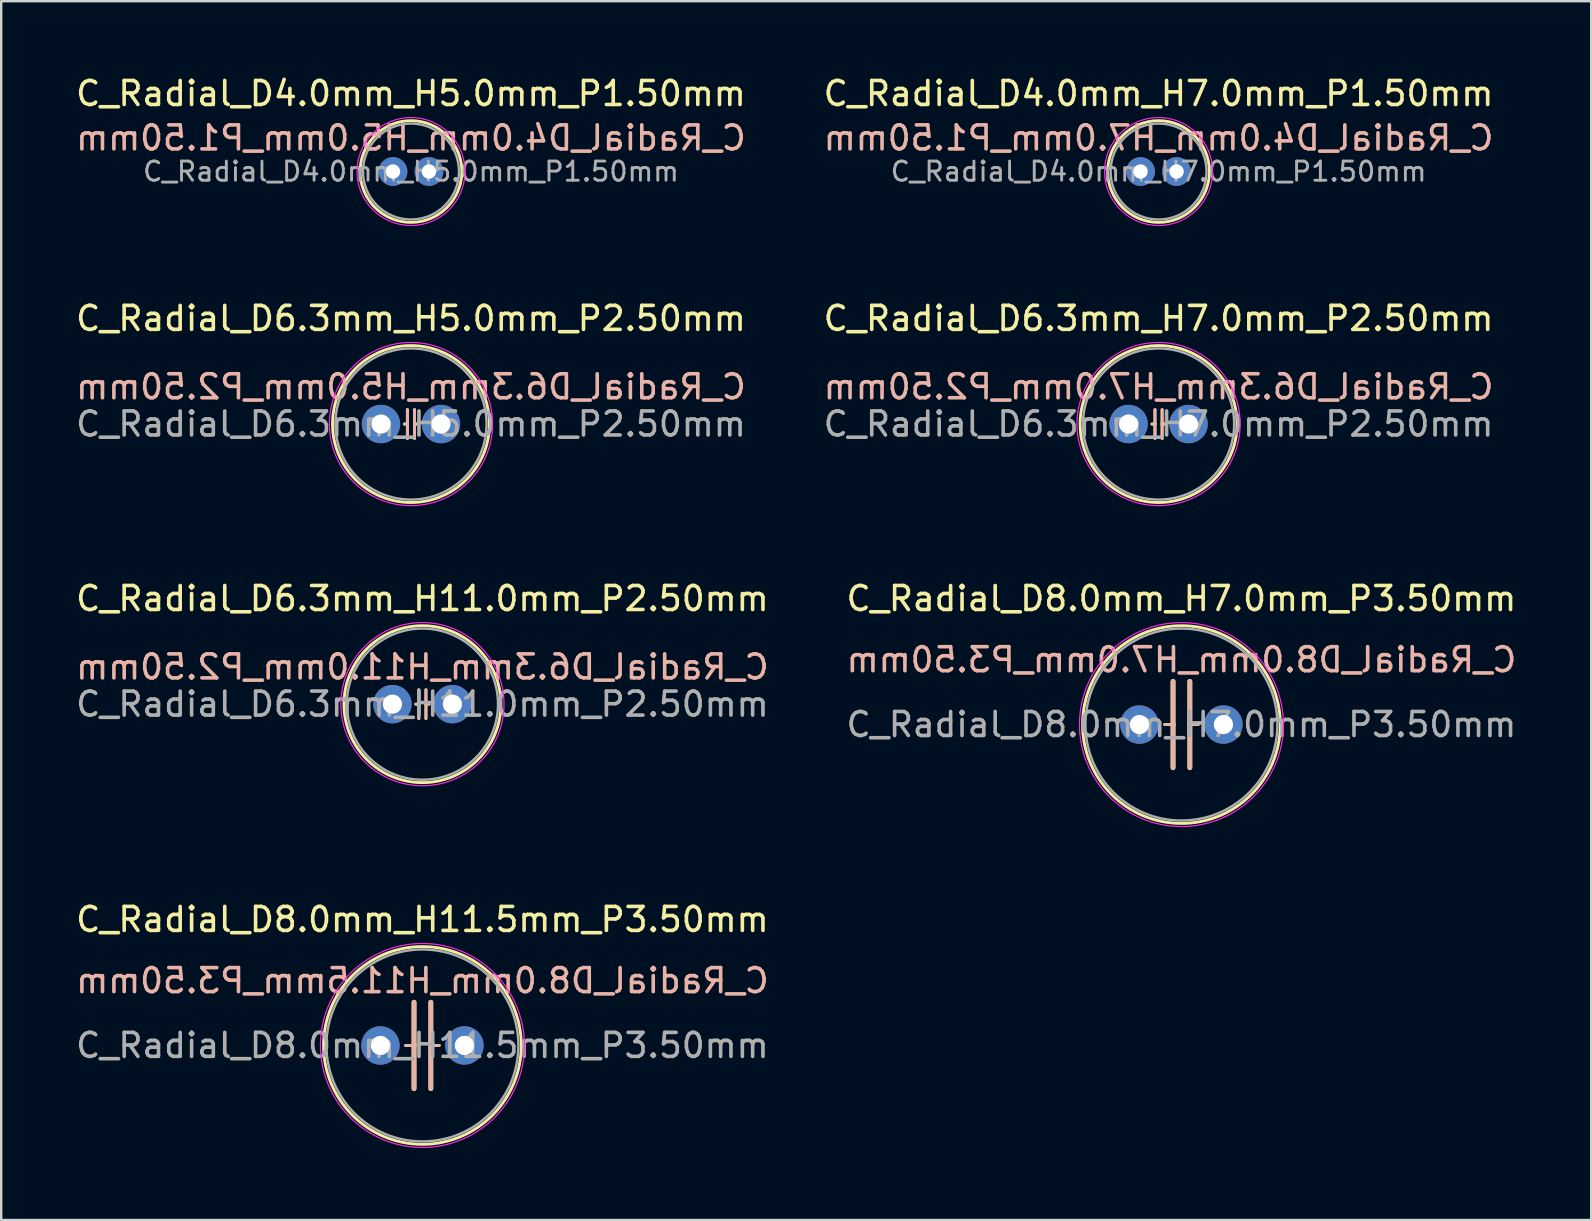
<source format=kicad_pcb>
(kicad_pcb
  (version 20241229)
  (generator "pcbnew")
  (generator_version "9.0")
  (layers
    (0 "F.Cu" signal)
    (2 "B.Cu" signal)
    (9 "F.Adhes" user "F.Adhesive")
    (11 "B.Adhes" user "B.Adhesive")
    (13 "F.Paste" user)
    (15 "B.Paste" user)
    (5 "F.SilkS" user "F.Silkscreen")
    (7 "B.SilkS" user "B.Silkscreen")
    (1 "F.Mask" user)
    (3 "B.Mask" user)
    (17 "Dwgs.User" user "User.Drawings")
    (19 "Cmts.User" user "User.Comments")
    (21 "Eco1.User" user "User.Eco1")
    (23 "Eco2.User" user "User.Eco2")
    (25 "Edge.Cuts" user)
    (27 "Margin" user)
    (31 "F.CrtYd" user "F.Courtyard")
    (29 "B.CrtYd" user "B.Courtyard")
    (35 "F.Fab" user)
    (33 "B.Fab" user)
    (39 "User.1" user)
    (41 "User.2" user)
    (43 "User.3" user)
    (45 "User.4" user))
  (footprint "C_Radial_D6.3mm_H5.0mm_P2.50mm"
    (layer "F.Cu")
    (at 12.827 14.621)
    (property "Reference" "C_Radial_D6.3mm_H5.0mm_P2.50mm" (at 1.25 -4.4 0) (layer "F.SilkS") (effects (font (size 1 1) (thickness 0.15))))
    (fp_line (start 0.973 0) (end 1.1 0) (stroke (width 0.12) (type solid)) (layer "F.SilkS"))
    (fp_line (start 1.1 0) (end 1.1 -0.6) (stroke (width 0.12) (type solid)) (layer "F.SilkS"))
    (fp_line (start 1.1 0) (end 1.1 0.6) (stroke (width 0.12) (type solid)) (layer "F.SilkS"))
    (fp_line (start 1.397 0) (end 1.397 -0.6) (stroke (width 0.12) (type solid)) (layer "F.SilkS"))
    (fp_line (start 1.397 0) (end 1.397 0.6) (stroke (width 0.12) (type solid)) (layer "F.SilkS"))
    (fp_line (start 1.524 0) (end 1.397 0) (stroke (width 0.12) (type solid)) (layer "F.SilkS"))
    (fp_circle (center 1.25 0) (end 4.52 0) (stroke (width 0.12) (type solid)) (fill no) (layer "F.SilkS"))
    (fp_line (start 0.973 0) (end 1.1 0) (stroke (width 0.12) (type solid)) (layer "B.SilkS"))
    (fp_line (start 1.1 0) (end 1.1 -0.6) (stroke (width 0.12) (type solid)) (layer "B.SilkS"))
    (fp_line (start 1.1 0) (end 1.1 0.6) (stroke (width 0.12) (type solid)) (layer "B.SilkS"))
    (fp_line (start 1.397 0) (end 1.397 -0.6) (stroke (width 0.12) (type solid)) (layer "B.SilkS"))
    (fp_line (start 1.397 0) (end 1.397 0.6) (stroke (width 0.12) (type solid)) (layer "B.SilkS"))
    (fp_line (start 1.524 0) (end 1.397 0) (stroke (width 0.12) (type solid)) (layer "B.SilkS"))
    (fp_circle (center 1.25 0) (end 4.65 0) (stroke (width 0.05) (type solid)) (fill no) (layer "F.CrtYd"))
    (fp_circle (center 1.25 0) (end 4.4 0) (stroke (width 0.1) (type solid)) (fill no) (layer "F.Fab"))
    (fp_text user "${REFERENCE}" (at 1.25 -1.55 0) (layer "B.SilkS") (effects (font (size 1 1) (thickness 0.15)) (justify mirror)))
    (fp_text user "${REFERENCE}" (at 1.25 0 0) (layer "F.Fab") (effects (font (size 1 1) (thickness 0.15))))
    (pad "1" thru_hole circle (at 0 0) (size 1.6 1.6) (drill 0.8) (layers "*.Cu" "*.Mask"))
    (pad "2" thru_hole circle (at 2.5 0) (size 1.6 1.6) (drill 0.8) (layers "*.Cu" "*.Mask")))
  (footprint "C_Radial_D4.0mm_H5.0mm_P1.50mm"
    (layer "F.Cu")
    (at 13.327 4.098)
    (property "Reference" "C_Radial_D4.0mm_H5.0mm_P1.50mm" (at 0.75 -3.25 0) (layer "F.SilkS") (effects (font (size 1 1) (thickness 0.15))))
    (fp_circle (center 0.75 0) (end 2.87 0) (stroke (width 0.12) (type solid)) (fill no) (layer "F.SilkS"))
    (fp_circle (center 0.75 0) (end 3 0) (stroke (width 0.05) (type solid)) (fill no) (layer "F.CrtYd"))
    (fp_circle (center 0.75 0) (end 2.75 0) (stroke (width 0.1) (type solid)) (fill no) (layer "F.Fab"))
    (fp_text user "${REFERENCE}" (at 0.75 -1.4 0) (layer "B.SilkS") (effects (font (size 1 1) (thickness 0.15)) (justify mirror)))
    (fp_text user "${REFERENCE}" (at 0.75 0 0) (layer "F.Fab") (effects (font (size 0.8 0.8) (thickness 0.12))))
    (pad "1" thru_hole circle (at 0 0) (size 1.2 1.2) (drill 0.6) (layers "*.Cu" "*.Mask"))
    (pad "2" thru_hole circle (at 1.5 0) (size 1.2 1.2) (drill 0.6) (layers "*.Cu" "*.Mask")))
  (footprint "C_Radial_D8.0mm_H7.0mm_P3.50mm"
    (layer "F.Cu")
    (at 44.435 27.145)
    (property "Reference" "C_Radial_D8.0mm_H7.0mm_P3.50mm" (at 1.75 -5.25 0) (layer "F.SilkS") (effects (font (size 1 1) (thickness 0.15))))
    (fp_line (start 1.05 0) (end 1.4 0) (stroke (width 0.12) (type solid)) (layer "F.SilkS"))
    (fp_line (start 1.4 0) (end 1.4 1.8) (stroke (width 0.2) (type solid)) (layer "F.SilkS"))
    (fp_line (start 1.4 0.042) (end 1.4 -1.8) (stroke (width 0.2) (type solid)) (layer "F.SilkS"))
    (fp_line (start 2.1 0) (end 2.1 -1.8) (stroke (width 0.2) (type solid)) (layer "F.SilkS"))
    (fp_line (start 2.1 0) (end 2.1 1.8) (stroke (width 0.2) (type solid)) (layer "F.SilkS"))
    (fp_line (start 2.45 0) (end 2.1 0) (stroke (width 0.12) (type solid)) (layer "F.SilkS"))
    (fp_circle (center 1.75 0) (end 5.87 0) (stroke (width 0.12) (type solid)) (fill no) (layer "F.SilkS"))
    (fp_line (start 1.05 0) (end 1.4 0) (stroke (width 0.12) (type solid)) (layer "B.SilkS"))
    (fp_line (start 1.4 -0.042) (end 1.4 1.8) (stroke (width 0.2) (type solid)) (layer "B.SilkS"))
    (fp_line (start 1.4 0) (end 1.4 -1.8) (stroke (width 0.2) (type solid)) (layer "B.SilkS"))
    (fp_line (start 2.1 0) (end 2.1 -1.8) (stroke (width 0.2) (type solid)) (layer "B.SilkS"))
    (fp_line (start 2.1 0) (end 2.1 1.8) (stroke (width 0.2) (type solid)) (layer "B.SilkS"))
    (fp_line (start 2.45 0) (end 2.1 0) (stroke (width 0.12) (type solid)) (layer "B.SilkS"))
    (fp_circle (center 1.75 0) (end 6 0) (stroke (width 0.05) (type solid)) (fill no) (layer "F.CrtYd"))
    (fp_circle (center 1.75 0) (end 5.75 0) (stroke (width 0.1) (type solid)) (fill no) (layer "F.Fab"))
    (fp_text user "${REFERENCE}" (at 1.75 -2.7 0) (layer "B.SilkS") (effects (font (size 1 1) (thickness 0.15)) (justify mirror)))
    (fp_text user "${REFERENCE}" (at 1.75 0 0) (layer "F.Fab") (effects (font (size 1 1) (thickness 0.15))))
    (pad "1" thru_hole circle (at 0 0) (size 1.6 1.6) (drill 0.8) (layers "*.Cu" "*.Mask"))
    (pad "2" thru_hole circle (at 3.5 0) (size 1.6 1.6) (drill 0.8) (layers "*.Cu" "*.Mask")))
  (footprint "C_Radial_D4.0mm_H7.0mm_P1.50mm"
    (layer "F.Cu")
    (at 44.482 4.098)
    (property "Reference" "C_Radial_D4.0mm_H7.0mm_P1.50mm" (at 0.75 -3.25 0) (layer "F.SilkS") (effects (font (size 1 1) (thickness 0.15))))
    (fp_circle (center 0.75 0) (end 2.87 0) (stroke (width 0.12) (type solid)) (fill no) (layer "F.SilkS"))
    (fp_circle (center 0.75 0) (end 3 0) (stroke (width 0.05) (type solid)) (fill no) (layer "F.CrtYd"))
    (fp_circle (center 0.75 0) (end 2.75 0) (stroke (width 0.1) (type solid)) (fill no) (layer "F.Fab"))
    (fp_text user "${REFERENCE}" (at 0.75 -1.4 0) (layer "B.SilkS") (effects (font (size 1 1) (thickness 0.15)) (justify mirror)))
    (fp_text user "${REFERENCE}" (at 0.75 0 0) (layer "F.Fab") (effects (font (size 0.8 0.8) (thickness 0.12))))
    (pad "1" thru_hole circle (at 0 0) (size 1.2 1.2) (drill 0.6) (layers "*.Cu" "*.Mask"))
    (pad "2" thru_hole circle (at 1.5 0) (size 1.2 1.2) (drill 0.6) (layers "*.Cu" "*.Mask")))
  (footprint "C_Radial_D6.3mm_H11.0mm_P2.50mm"
    (layer "F.Cu")
    (at 13.304 26.295)
    (property "Reference" "C_Radial_D6.3mm_H11.0mm_P2.50mm" (at 1.25 -4.4 0) (layer "F.SilkS") (effects (font (size 1 1) (thickness 0.15))))
    (fp_line (start 0.973 0) (end 1.1 0) (stroke (width 0.12) (type solid)) (layer "F.SilkS"))
    (fp_line (start 1.1 0) (end 1.1 -0.6) (stroke (width 0.12) (type solid)) (layer "F.SilkS"))
    (fp_line (start 1.1 0) (end 1.1 0.6) (stroke (width 0.12) (type solid)) (layer "F.SilkS"))
    (fp_line (start 1.397 0) (end 1.397 -0.6) (stroke (width 0.12) (type solid)) (layer "F.SilkS"))
    (fp_line (start 1.397 0) (end 1.397 0.6) (stroke (width 0.12) (type solid)) (layer "F.SilkS"))
    (fp_line (start 1.524 0) (end 1.397 0) (stroke (width 0.12) (type solid)) (layer "F.SilkS"))
    (fp_circle (center 1.25 0) (end 4.52 0) (stroke (width 0.12) (type solid)) (fill no) (layer "F.SilkS"))
    (fp_line (start 0.973 0) (end 1.1 0) (stroke (width 0.12) (type solid)) (layer "B.SilkS"))
    (fp_line (start 1.1 0) (end 1.1 -0.6) (stroke (width 0.12) (type solid)) (layer "B.SilkS"))
    (fp_line (start 1.1 0) (end 1.1 0.6) (stroke (width 0.12) (type solid)) (layer "B.SilkS"))
    (fp_line (start 1.397 0) (end 1.397 -0.6) (stroke (width 0.12) (type solid)) (layer "B.SilkS"))
    (fp_line (start 1.397 0) (end 1.397 0.6) (stroke (width 0.12) (type solid)) (layer "B.SilkS"))
    (fp_line (start 1.524 0) (end 1.397 0) (stroke (width 0.12) (type solid)) (layer "B.SilkS"))
    (fp_circle (center 1.25 0) (end 4.65 0) (stroke (width 0.05) (type solid)) (fill no) (layer "F.CrtYd"))
    (fp_circle (center 1.25 0) (end 4.4 0) (stroke (width 0.1) (type solid)) (fill no) (layer "F.Fab"))
    (fp_text user "${REFERENCE}" (at 1.25 -1.55 0) (layer "B.SilkS") (effects (font (size 1 1) (thickness 0.15)) (justify mirror)))
    (fp_text user "${REFERENCE}" (at 1.25 0 0) (layer "F.Fab") (effects (font (size 1 1) (thickness 0.15))))
    (pad "1" thru_hole circle (at 0 0) (size 1.6 1.6) (drill 0.8) (layers "*.Cu" "*.Mask"))
    (pad "2" thru_hole circle (at 2.5 0) (size 1.6 1.6) (drill 0.8) (layers "*.Cu" "*.Mask")))
  (footprint "C_Radial_D6.3mm_H7.0mm_P2.50mm"
    (layer "F.Cu")
    (at 43.982 14.621)
    (property "Reference" "C_Radial_D6.3mm_H7.0mm_P2.50mm" (at 1.25 -4.4 0) (layer "F.SilkS") (effects (font (size 1 1) (thickness 0.15))))
    (fp_line (start 0.973 0) (end 1.1 0) (stroke (width 0.12) (type solid)) (layer "F.SilkS"))
    (fp_line (start 1.1 0) (end 1.1 -0.6) (stroke (width 0.12) (type solid)) (layer "F.SilkS"))
    (fp_line (start 1.1 0) (end 1.1 0.6) (stroke (width 0.12) (type solid)) (layer "F.SilkS"))
    (fp_line (start 1.397 0) (end 1.397 -0.6) (stroke (width 0.12) (type solid)) (layer "F.SilkS"))
    (fp_line (start 1.397 0) (end 1.397 0.6) (stroke (width 0.12) (type solid)) (layer "F.SilkS"))
    (fp_line (start 1.524 0) (end 1.397 0) (stroke (width 0.12) (type solid)) (layer "F.SilkS"))
    (fp_circle (center 1.25 0) (end 4.52 0) (stroke (width 0.12) (type solid)) (fill no) (layer "F.SilkS"))
    (fp_line (start 0.973 0) (end 1.1 0) (stroke (width 0.12) (type solid)) (layer "B.SilkS"))
    (fp_line (start 1.1 0) (end 1.1 -0.6) (stroke (width 0.12) (type solid)) (layer "B.SilkS"))
    (fp_line (start 1.1 0) (end 1.1 0.6) (stroke (width 0.12) (type solid)) (layer "B.SilkS"))
    (fp_line (start 1.397 0) (end 1.397 -0.6) (stroke (width 0.12) (type solid)) (layer "B.SilkS"))
    (fp_line (start 1.397 0) (end 1.397 0.6) (stroke (width 0.12) (type solid)) (layer "B.SilkS"))
    (fp_line (start 1.524 0) (end 1.397 0) (stroke (width 0.12) (type solid)) (layer "B.SilkS"))
    (fp_circle (center 1.25 0) (end 4.65 0) (stroke (width 0.05) (type solid)) (fill no) (layer "F.CrtYd"))
    (fp_circle (center 1.25 0) (end 4.4 0) (stroke (width 0.1) (type solid)) (fill no) (layer "F.Fab"))
    (fp_text user "${REFERENCE}" (at 1.25 -1.55 0) (layer "B.SilkS") (effects (font (size 1 1) (thickness 0.15)) (justify mirror)))
    (fp_text user "${REFERENCE}" (at 1.25 0 0) (layer "F.Fab") (effects (font (size 1 1) (thickness 0.15))))
    (pad "1" thru_hole circle (at 0 0) (size 1.6 1.6) (drill 0.8) (layers "*.Cu" "*.Mask"))
    (pad "2" thru_hole circle (at 2.5 0) (size 1.6 1.6) (drill 0.8) (layers "*.Cu" "*.Mask")))
  (footprint "C_Radial_D8.0mm_H11.5mm_P3.50mm"
    (layer "F.Cu")
    (at 12.804 40.518)
    (property "Reference" "C_Radial_D8.0mm_H11.5mm_P3.50mm" (at 1.75 -5.25 0) (layer "F.SilkS") (effects (font (size 1 1) (thickness 0.15))))
    (fp_line (start 1.05 0) (end 1.4 0) (stroke (width 0.12) (type solid)) (layer "F.SilkS"))
    (fp_line (start 1.4 0) (end 1.4 1.8) (stroke (width 0.2) (type solid)) (layer "F.SilkS"))
    (fp_line (start 1.4 0.042) (end 1.4 -1.8) (stroke (width 0.2) (type solid)) (layer "F.SilkS"))
    (fp_line (start 2.1 0) (end 2.1 -1.8) (stroke (width 0.2) (type solid)) (layer "F.SilkS"))
    (fp_line (start 2.1 0) (end 2.1 1.8) (stroke (width 0.2) (type solid)) (layer "F.SilkS"))
    (fp_line (start 2.45 0) (end 2.1 0) (stroke (width 0.12) (type solid)) (layer "F.SilkS"))
    (fp_circle (center 1.75 0) (end 5.87 0) (stroke (width 0.12) (type solid)) (fill no) (layer "F.SilkS"))
    (fp_line (start 1.05 0) (end 1.4 0) (stroke (width 0.12) (type solid)) (layer "B.SilkS"))
    (fp_line (start 1.4 -0.042) (end 1.4 1.8) (stroke (width 0.2) (type solid)) (layer "B.SilkS"))
    (fp_line (start 1.4 0) (end 1.4 -1.8) (stroke (width 0.2) (type solid)) (layer "B.SilkS"))
    (fp_line (start 2.1 0) (end 2.1 -1.8) (stroke (width 0.2) (type solid)) (layer "B.SilkS"))
    (fp_line (start 2.1 0) (end 2.1 1.8) (stroke (width 0.2) (type solid)) (layer "B.SilkS"))
    (fp_line (start 2.45 0) (end 2.1 0) (stroke (width 0.12) (type solid)) (layer "B.SilkS"))
    (fp_circle (center 1.75 0) (end 6 0) (stroke (width 0.05) (type solid)) (fill no) (layer "F.CrtYd"))
    (fp_circle (center 1.75 0) (end 5.75 0) (stroke (width 0.1) (type solid)) (fill no) (layer "F.Fab"))
    (fp_text user "${REFERENCE}" (at 1.75 -2.7 0) (layer "B.SilkS") (effects (font (size 1 1) (thickness 0.15)) (justify mirror)))
    (fp_text user "${REFERENCE}" (at 1.75 0 0) (layer "F.Fab") (effects (font (size 1 1) (thickness 0.15))))
    (pad "1" thru_hole circle (at 0 0) (size 1.6 1.6) (drill 0.8) (layers "*.Cu" "*.Mask"))
    (pad "2" thru_hole circle (at 3.5 0) (size 1.6 1.6) (drill 0.8) (layers "*.Cu" "*.Mask")))
  (gr_rect
    (start -3 -3)
    (end 63.262 47.793)
    (stroke (width 0.1) (type default))
    (fill no)
    (layer "Edge.Cuts")))
</source>
